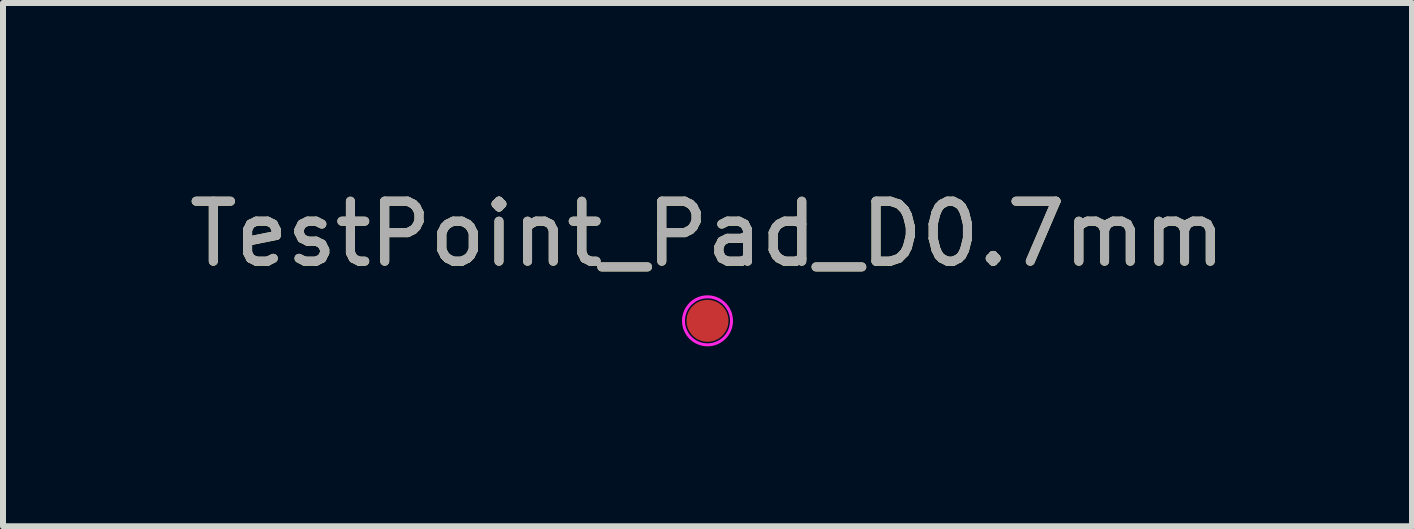
<source format=kicad_pcb>
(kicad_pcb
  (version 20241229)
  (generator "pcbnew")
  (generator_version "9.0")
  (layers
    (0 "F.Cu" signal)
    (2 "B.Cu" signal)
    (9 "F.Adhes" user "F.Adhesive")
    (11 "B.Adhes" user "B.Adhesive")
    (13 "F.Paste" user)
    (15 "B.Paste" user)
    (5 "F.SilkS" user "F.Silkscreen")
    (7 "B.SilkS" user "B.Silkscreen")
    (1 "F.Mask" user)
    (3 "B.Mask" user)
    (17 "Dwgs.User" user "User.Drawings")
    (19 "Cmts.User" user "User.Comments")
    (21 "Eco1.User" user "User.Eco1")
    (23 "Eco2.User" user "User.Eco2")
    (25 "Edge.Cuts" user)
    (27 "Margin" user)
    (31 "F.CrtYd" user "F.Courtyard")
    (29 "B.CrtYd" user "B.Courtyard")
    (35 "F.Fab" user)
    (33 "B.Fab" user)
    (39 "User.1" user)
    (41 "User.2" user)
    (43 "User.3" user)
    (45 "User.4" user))
  (footprint "TestPoint_Pad_D0.7mm"
    (layer "F.Cu")
    (at 8.744 2.298)
    (property "Reference" "TestPoint_Pad_D0.7mm" (at 0 -1.448 0) (layer "F.SilkS") (effects (font (size 1 1) (thickness 0.15))))
    (attr exclude_from_pos_files exclude_from_bom)
    (fp_circle (center 0 0) (end 0.4 0) (stroke (width 0.05) (type solid)) (fill no) (layer "F.CrtYd"))
    (fp_text user "${REFERENCE}" (at 0 -1.45 0) (layer "F.Fab") (effects (font (size 1 1) (thickness 0.15))))
    (pad "1" smd circle (at 0 0) (size 0.7 0.7) (layers "F.Cu" "F.Mask")))
  (gr_rect
    (start -3 -3)
    (end 20.488 5.723)
    (stroke (width 0.1) (type default))
    (fill no)
    (layer "Edge.Cuts")))
</source>
